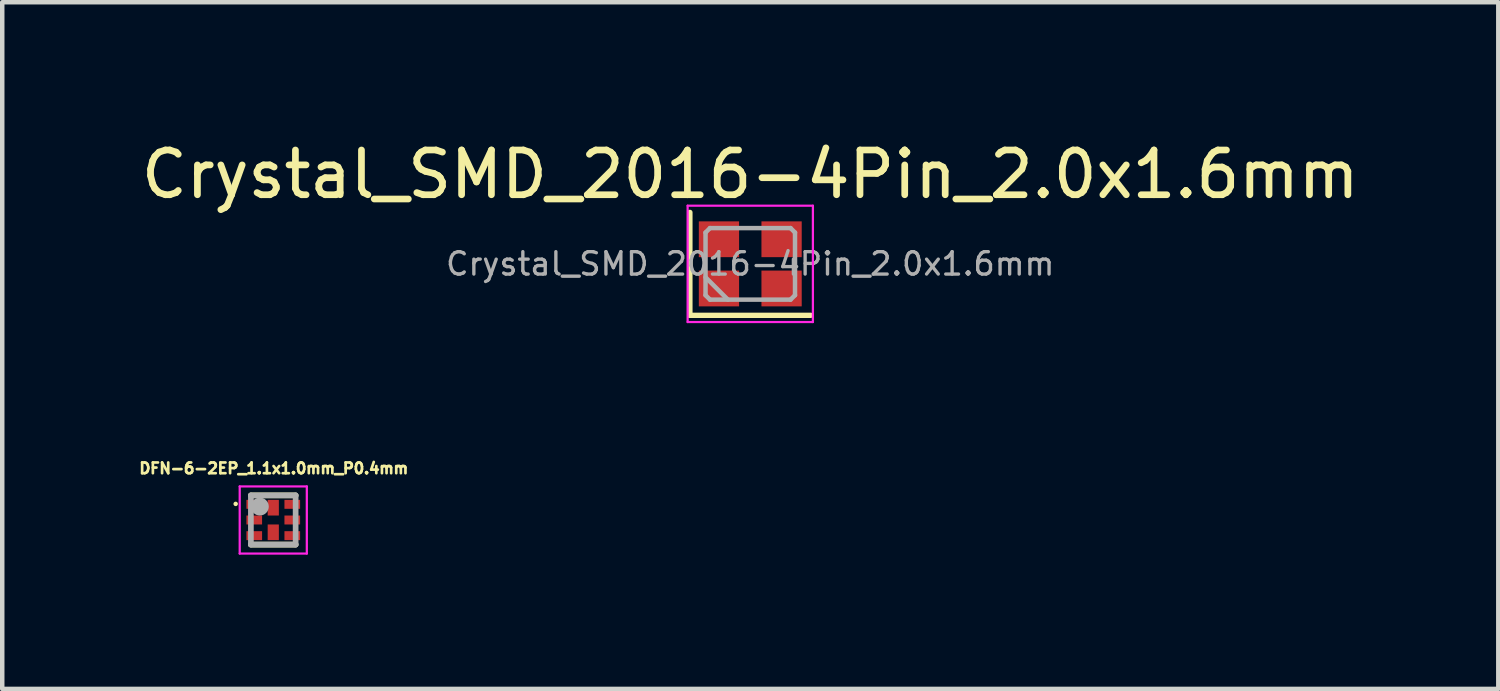
<source format=kicad_pcb>
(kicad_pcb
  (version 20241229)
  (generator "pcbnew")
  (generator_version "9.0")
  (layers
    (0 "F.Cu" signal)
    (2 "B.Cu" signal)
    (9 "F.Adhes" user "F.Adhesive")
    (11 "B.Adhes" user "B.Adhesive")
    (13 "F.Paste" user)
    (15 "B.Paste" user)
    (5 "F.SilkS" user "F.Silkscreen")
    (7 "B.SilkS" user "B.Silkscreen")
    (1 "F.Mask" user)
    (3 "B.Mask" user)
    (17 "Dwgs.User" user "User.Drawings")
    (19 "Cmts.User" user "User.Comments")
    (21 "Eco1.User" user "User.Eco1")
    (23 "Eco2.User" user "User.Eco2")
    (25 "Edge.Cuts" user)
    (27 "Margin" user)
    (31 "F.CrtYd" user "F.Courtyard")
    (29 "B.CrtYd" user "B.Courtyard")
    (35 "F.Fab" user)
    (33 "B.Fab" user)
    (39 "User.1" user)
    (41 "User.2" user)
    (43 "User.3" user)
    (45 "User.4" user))
  (footprint "DFN-6-2EP_1.1x1.0mm_P0.4mm"
    (layer "F.Cu")
    (at 3.058 8.573)
    (property "Reference" "DFN-6-2EP_1.1x1.0mm_P0.4mm" (at 0.012 -1.154 0) (layer "F.SilkS") (effects (font (size 0.24 0.24) (thickness 0.15))))
    (attr smd)
    (fp_poly (pts (xy -0.601 -0.15) (xy -0.25 -0.15) (xy -0.25 0.15) (xy -0.601 0.15)) (stroke (width 0.01) (type solid)) (fill yes) (layer "F.Mask"))
    (fp_poly (pts (xy -0.601 0.2) (xy -0.25 0.2) (xy -0.25 0.501) (xy -0.601 0.501)) (stroke (width 0.01) (type solid)) (fill yes) (layer "F.Mask"))
    (fp_poly (pts (xy -0.6 -0.5) (xy -0.25 -0.5) (xy -0.25 -0.2) (xy -0.6 -0.2)) (stroke (width 0.01) (type solid)) (fill yes) (layer "F.Mask"))
    (fp_poly (pts (xy -0.175 0.05) (xy 0.175 0.05) (xy 0.175 0.501) (xy -0.175 0.501)) (stroke (width 0.01) (type solid)) (fill yes) (layer "F.Mask"))
    (fp_poly (pts (xy -0.175 -0.5) (xy 0.175 -0.5) (xy 0.175 -0.05) (xy -0.175 -0.05)) (stroke (width 0.01) (type solid)) (fill yes) (layer "F.Mask"))
    (fp_poly (pts (xy 0.25 -0.5) (xy 0.6 -0.5) (xy 0.6 -0.2) (xy 0.25 -0.2)) (stroke (width 0.01) (type solid)) (fill yes) (layer "F.Mask"))
    (fp_poly (pts (xy 0.25 -0.15) (xy 0.6 -0.15) (xy 0.6 0.15) (xy 0.25 0.15)) (stroke (width 0.01) (type solid)) (fill yes) (layer "F.Mask"))
    (fp_poly (pts (xy 0.25 0.2) (xy 0.6 0.2) (xy 0.6 0.5) (xy 0.25 0.5)) (stroke (width 0.01) (type solid)) (fill yes) (layer "F.Mask"))
    (fp_line (start -0.5 -0.55) (end 0.5 -0.55) (stroke (width 0.127) (type solid)) (layer "F.SilkS"))
    (fp_line (start 0.5 0.55) (end -0.5 0.55) (stroke (width 0.127) (type solid)) (layer "F.SilkS"))
    (fp_circle (center -0.84 -0.36) (end -0.815 -0.36) (stroke (width 0.05) (type solid)) (fill no) (layer "F.SilkS"))
    (fp_poly (pts (xy -0.551 -0.45) (xy -0.3 -0.45) (xy -0.3 -0.25) (xy -0.551 -0.25)) (stroke (width 0.01) (type solid)) (fill yes) (layer "F.Paste"))
    (fp_poly (pts (xy -0.55 -0.1) (xy -0.3 -0.1) (xy -0.3 0.1) (xy -0.55 0.1)) (stroke (width 0.01) (type solid)) (fill yes) (layer "F.Paste"))
    (fp_poly (pts (xy -0.55 0.25) (xy -0.3 0.25) (xy -0.3 0.45) (xy -0.55 0.45)) (stroke (width 0.01) (type solid)) (fill yes) (layer "F.Paste"))
    (fp_poly (pts (xy -0.079 0.165) (xy 0.079 0.165) (xy 0.079 0.386) (xy -0.079 0.386)) (stroke (width 0.01) (type solid)) (fill yes) (layer "F.Paste"))
    (fp_poly (pts (xy -0.079 -0.386) (xy 0.079 -0.386) (xy 0.079 -0.165) (xy -0.079 -0.165)) (stroke (width 0.01) (type solid)) (fill yes) (layer "F.Paste"))
    (fp_poly (pts (xy 0.3 -0.45) (xy 0.55 -0.45) (xy 0.55 -0.25) (xy 0.3 -0.25)) (stroke (width 0.01) (type solid)) (fill yes) (layer "F.Paste"))
    (fp_poly (pts (xy 0.3 0.25) (xy 0.55 0.25) (xy 0.55 0.45) (xy 0.3 0.45)) (stroke (width 0.01) (type solid)) (fill yes) (layer "F.Paste"))
    (fp_poly (pts (xy 0.301 -0.1) (xy 0.55 -0.1) (xy 0.55 0.1) (xy 0.301 0.1)) (stroke (width 0.01) (type solid)) (fill yes) (layer "F.Paste"))
    (fp_line (start -0.75 -0.75) (end 0.75 -0.75) (stroke (width 0.05) (type solid)) (layer "F.CrtYd"))
    (fp_line (start -0.75 0.75) (end -0.75 -0.75) (stroke (width 0.05) (type solid)) (layer "F.CrtYd"))
    (fp_line (start 0.75 -0.75) (end 0.75 0.75) (stroke (width 0.05) (type solid)) (layer "F.CrtYd"))
    (fp_line (start 0.75 0.75) (end -0.75 0.75) (stroke (width 0.05) (type solid)) (layer "F.CrtYd"))
    (fp_line (start -0.5 -0.55) (end 0.5 -0.55) (stroke (width 0.127) (type solid)) (layer "F.Fab"))
    (fp_line (start -0.5 0.55) (end -0.5 -0.55) (stroke (width 0.127) (type solid)) (layer "F.Fab"))
    (fp_line (start 0.5 -0.55) (end 0.5 0.55) (stroke (width 0.127) (type solid)) (layer "F.Fab"))
    (fp_line (start 0.5 0.55) (end -0.5 0.55) (stroke (width 0.127) (type solid)) (layer "F.Fab"))
    (fp_circle (center -0.3 -0.3) (end -0.2 -0.3) (stroke (width 0.2) (type solid)) (fill no) (layer "F.Fab"))
    (pad "1" smd rect (at -0.425 -0.35) (size 0.35 0.2) (layers "F.Cu"))
    (pad "2" smd rect (at -0.425 0) (size 0.35 0.2) (layers "F.Cu"))
    (pad "3" smd rect (at -0.425 0.35) (size 0.35 0.2) (layers "F.Cu"))
    (pad "4" smd rect (at 0.425 0.35 180) (size 0.35 0.2) (layers "F.Cu"))
    (pad "5" smd rect (at 0.425 0 180) (size 0.35 0.2) (layers "F.Cu"))
    (pad "6" smd rect (at 0.425 -0.35 180) (size 0.35 0.2) (layers "F.Cu"))
    (pad "7" smd rect (at 0 -0.275) (size 0.25 0.35) (layers "F.Cu"))
    (pad "8" smd rect (at 0 0.275) (size 0.25 0.35) (layers "F.Cu")))
  (footprint "Crystal_SMD_2016-4Pin_2.0x1.6mm"
    (layer "F.Cu")
    (at 13.72 2.848)
    (property "Reference" "Crystal_SMD_2016-4Pin_2.0x1.6mm" (at 0 -2 0) (layer "F.SilkS") (effects (font (size 1 1) (thickness 0.15))))
    (attr smd)
    (fp_line (start -1.35 -1.15) (end -1.35 1.15) (stroke (width 0.12) (type solid)) (layer "F.SilkS"))
    (fp_line (start -1.35 1.15) (end 1.35 1.15) (stroke (width 0.12) (type solid)) (layer "F.SilkS"))
    (fp_line (start -1.4 -1.3) (end -1.4 1.3) (stroke (width 0.05) (type solid)) (layer "F.CrtYd"))
    (fp_line (start -1.4 1.3) (end 1.4 1.3) (stroke (width 0.05) (type solid)) (layer "F.CrtYd"))
    (fp_line (start 1.4 -1.3) (end -1.4 -1.3) (stroke (width 0.05) (type solid)) (layer "F.CrtYd"))
    (fp_line (start 1.4 1.3) (end 1.4 -1.3) (stroke (width 0.05) (type solid)) (layer "F.CrtYd"))
    (fp_line (start -1 -0.7) (end -0.9 -0.8) (stroke (width 0.1) (type solid)) (layer "F.Fab"))
    (fp_line (start -1 0.3) (end -0.5 0.8) (stroke (width 0.1) (type solid)) (layer "F.Fab"))
    (fp_line (start -1 0.7) (end -1 -0.7) (stroke (width 0.1) (type solid)) (layer "F.Fab"))
    (fp_line (start -0.9 -0.8) (end 0.9 -0.8) (stroke (width 0.1) (type solid)) (layer "F.Fab"))
    (fp_line (start -0.9 0.8) (end -1 0.7) (stroke (width 0.1) (type solid)) (layer "F.Fab"))
    (fp_line (start 0.9 -0.8) (end 1 -0.7) (stroke (width 0.1) (type solid)) (layer "F.Fab"))
    (fp_line (start 0.9 0.8) (end -0.9 0.8) (stroke (width 0.1) (type solid)) (layer "F.Fab"))
    (fp_line (start 1 -0.7) (end 1 0.7) (stroke (width 0.1) (type solid)) (layer "F.Fab"))
    (fp_line (start 1 0.7) (end 0.9 0.8) (stroke (width 0.1) (type solid)) (layer "F.Fab"))
    (fp_text user "${REFERENCE}" (at 0 0 0) (layer "F.Fab") (effects (font (size 0.5 0.5) (thickness 0.075))))
    (pad "1" smd rect (at -0.7 0.55) (size 0.9 0.8) (layers "F.Cu" "F.Mask" "F.Paste"))
    (pad "2" smd rect (at 0.7 0.55) (size 0.9 0.8) (layers "F.Cu" "F.Mask" "F.Paste"))
    (pad "3" smd rect (at 0.7 -0.55) (size 0.9 0.8) (layers "F.Cu" "F.Mask" "F.Paste"))
    (pad "4" smd rect (at -0.7 -0.55) (size 0.9 0.8) (layers "F.Cu" "F.Mask" "F.Paste")))
  (gr_rect
    (start -3 -3)
    (end 30.44 12.348)
    (stroke (width 0.1) (type default))
    (fill no)
    (layer "Edge.Cuts")))
</source>
